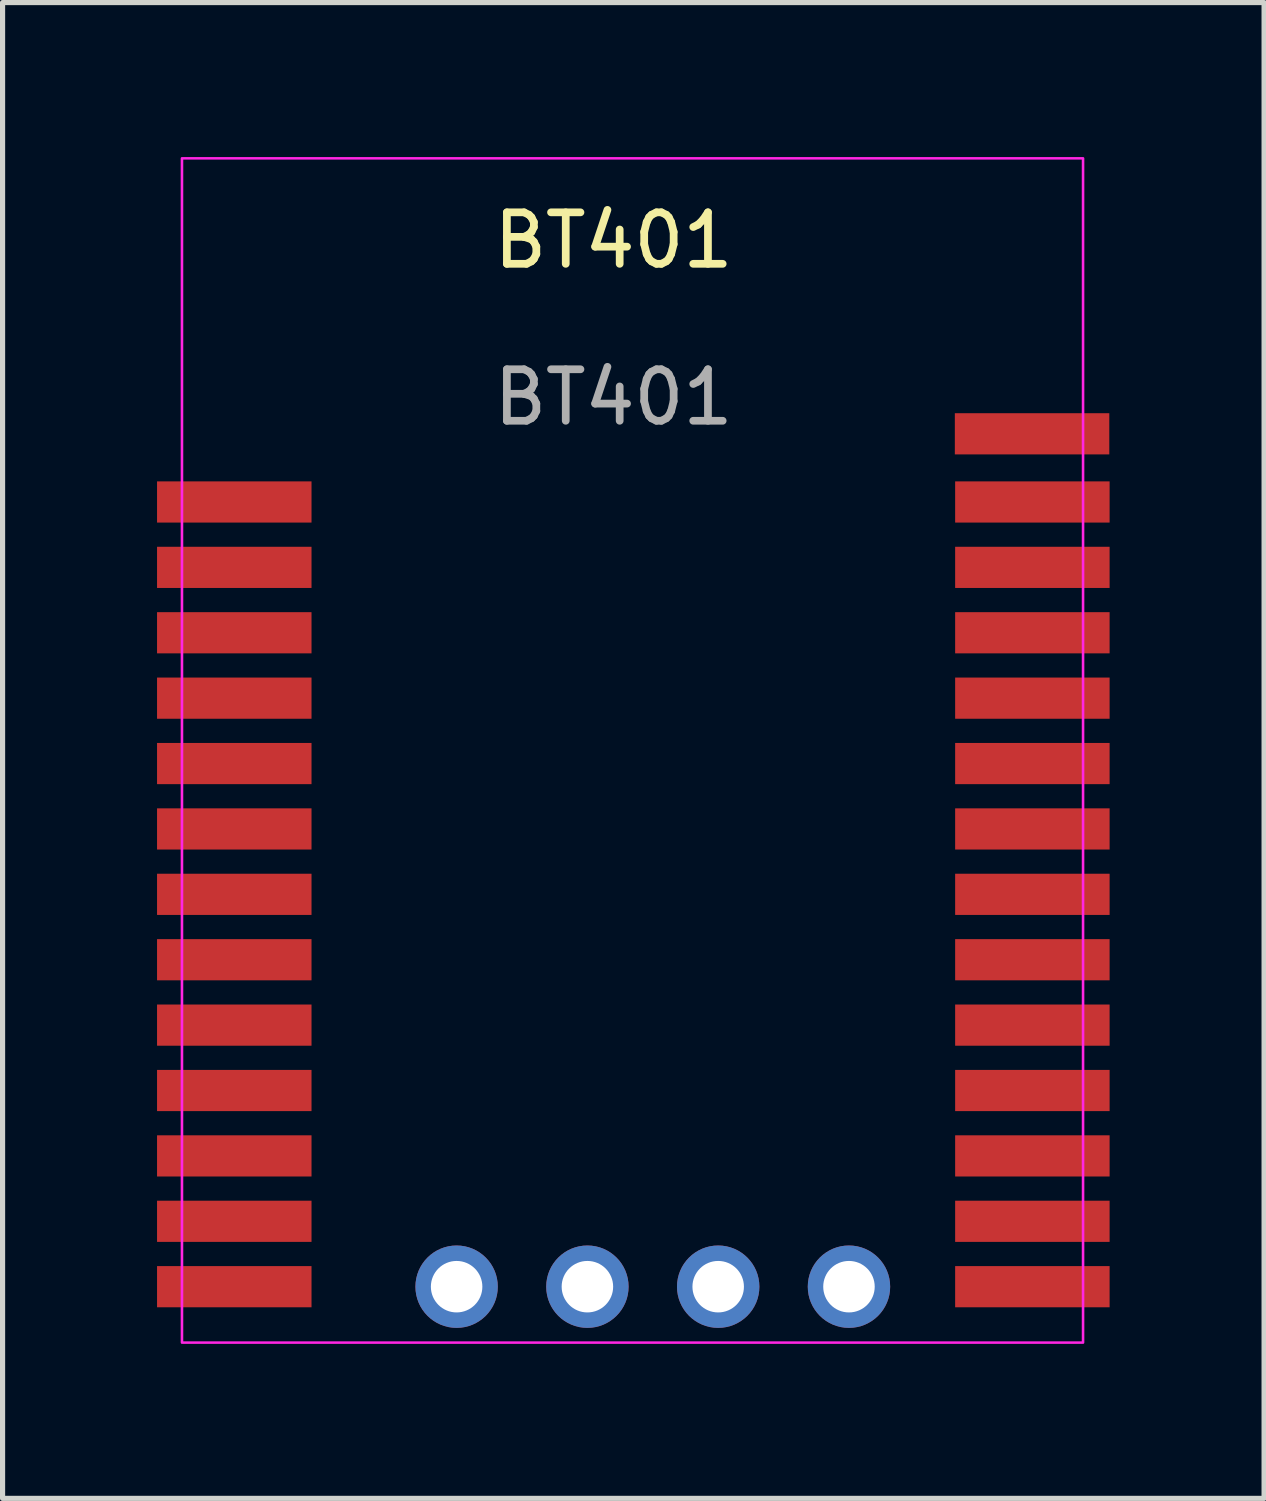
<source format=kicad_pcb>
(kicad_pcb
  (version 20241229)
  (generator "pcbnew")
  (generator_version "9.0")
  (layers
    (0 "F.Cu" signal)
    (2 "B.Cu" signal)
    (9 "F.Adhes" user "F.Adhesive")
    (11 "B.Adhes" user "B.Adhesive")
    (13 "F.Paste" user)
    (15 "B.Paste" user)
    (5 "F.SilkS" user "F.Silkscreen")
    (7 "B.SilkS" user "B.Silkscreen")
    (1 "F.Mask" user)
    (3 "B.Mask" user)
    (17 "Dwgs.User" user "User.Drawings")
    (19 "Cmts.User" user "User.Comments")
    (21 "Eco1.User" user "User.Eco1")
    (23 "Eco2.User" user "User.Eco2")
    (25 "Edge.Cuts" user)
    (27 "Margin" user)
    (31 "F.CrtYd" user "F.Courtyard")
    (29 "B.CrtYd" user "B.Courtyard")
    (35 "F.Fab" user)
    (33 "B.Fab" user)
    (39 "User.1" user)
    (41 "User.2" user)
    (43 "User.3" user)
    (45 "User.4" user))
  (footprint "BT401"
    (layer "F.Cu")
    (at 8.866 11.779)
    (property "Reference" "BT401" (at 0 -10.16 0) (unlocked yes) (layer "F.SilkS") (effects (font (size 1 1) (thickness 0.15))))
    (attr smd)
    (fp_rect (start -8.382 11.246) (end 9.118 -11.754) (stroke (width 0.05) (type default)) (fill no) (layer "F.CrtYd"))
    (fp_text user "${REFERENCE}" (at 0 -7.112 0) (unlocked yes) (layer "F.Fab") (effects (font (size 1 1) (thickness 0.15))))
    (pad "1" smd rect (at -7.366 -5.08 180) (size 3 0.8) (layers "F.Cu" "F.Mask" "F.Paste"))
    (pad "2" smd rect (at -7.366 -3.81 180) (size 3 0.8) (layers "F.Cu" "F.Mask" "F.Paste"))
    (pad "3" smd rect (at -7.366 -2.54 180) (size 3 0.8) (layers "F.Cu" "F.Mask" "F.Paste"))
    (pad "4" smd rect (at -7.366 -1.27 180) (size 3 0.8) (layers "F.Cu" "F.Mask" "F.Paste"))
    (pad "5" smd rect (at -7.366 0 180) (size 3 0.8) (layers "F.Cu" "F.Mask" "F.Paste"))
    (pad "6" smd rect (at -7.366 1.27 180) (size 3 0.8) (layers "F.Cu" "F.Mask" "F.Paste"))
    (pad "7" smd rect (at -7.366 2.54 180) (size 3 0.8) (layers "F.Cu" "F.Mask" "F.Paste"))
    (pad "8" smd rect (at -7.366 3.81 180) (size 3 0.8) (layers "F.Cu" "F.Mask" "F.Paste"))
    (pad "9" smd rect (at -7.366 5.08 180) (size 3 0.8) (layers "F.Cu" "F.Mask" "F.Paste"))
    (pad "10" smd rect (at -7.366 6.35 180) (size 3 0.8) (layers "F.Cu" "F.Mask" "F.Paste"))
    (pad "11" smd rect (at -7.366 7.62 180) (size 3 0.8) (layers "F.Cu" "F.Mask" "F.Paste"))
    (pad "12" smd rect (at -7.366 8.89 180) (size 3 0.8) (layers "F.Cu" "F.Mask" "F.Paste"))
    (pad "13" smd rect (at -7.366 10.16 180) (size 3 0.8) (layers "F.Cu" "F.Mask" "F.Paste"))
    (pad "14" smd rect (at 8.134 10.16 180) (size 3 0.8) (layers "F.Cu" "F.Mask" "F.Paste"))
    (pad "15" smd rect (at 8.134 8.89 180) (size 3 0.8) (layers "F.Cu" "F.Mask" "F.Paste"))
    (pad "16" smd rect (at 8.134 7.62 180) (size 3 0.8) (layers "F.Cu" "F.Mask" "F.Paste"))
    (pad "17" smd rect (at 8.134 6.35 180) (size 3 0.8) (layers "F.Cu" "F.Mask" "F.Paste"))
    (pad "18" smd rect (at 8.134 5.08 180) (size 3 0.8) (layers "F.Cu" "F.Mask" "F.Paste"))
    (pad "19" smd rect (at 8.134 3.81 180) (size 3 0.8) (layers "F.Cu" "F.Mask" "F.Paste"))
    (pad "20" smd rect (at 8.134 2.54 180) (size 3 0.8) (layers "F.Cu" "F.Mask" "F.Paste"))
    (pad "21" smd rect (at 8.134 1.27 180) (size 3 0.8) (layers "F.Cu" "F.Mask" "F.Paste"))
    (pad "22" smd rect (at 8.134 0 180) (size 3 0.8) (layers "F.Cu" "F.Mask" "F.Paste"))
    (pad "23" smd rect (at 8.134 -1.27 180) (size 3 0.8) (layers "F.Cu" "F.Mask" "F.Paste"))
    (pad "24" smd rect (at 8.134 -2.54 180) (size 3 0.8) (layers "F.Cu" "F.Mask" "F.Paste"))
    (pad "25" smd rect (at 8.134 -3.81 180) (size 3 0.8) (layers "F.Cu" "F.Mask" "F.Paste"))
    (pad "26" smd rect (at 8.134 -5.08 180) (size 3 0.8) (layers "F.Cu" "F.Mask" "F.Paste"))
    (pad "27" thru_hole circle (at -3.048 10.16 180) (size 1.6 1.6) (drill 1) (layers "*.Cu" "*.Mask"))
    (pad "27" thru_hole circle (at -0.508 10.16 180) (size 1.6 1.6) (drill 1) (layers "*.Cu" "*.Mask"))
    (pad "27" thru_hole circle (at 2.032 10.16 180) (size 1.6 1.6) (drill 1) (layers "*.Cu" "*.Mask"))
    (pad "27" thru_hole circle (at 4.572 10.16 180) (size 1.6 1.6) (drill 1) (layers "*.Cu" "*.Mask"))
    (pad "27" smd rect (at 8.128 -6.404 180) (size 3 0.8) (layers "F.Cu" "F.Mask" "F.Paste")))
  (gr_rect
    (start -3 -3)
    (end 21.5 26.05)
    (stroke (width 0.1) (type default))
    (fill no)
    (layer "Edge.Cuts")))
</source>
